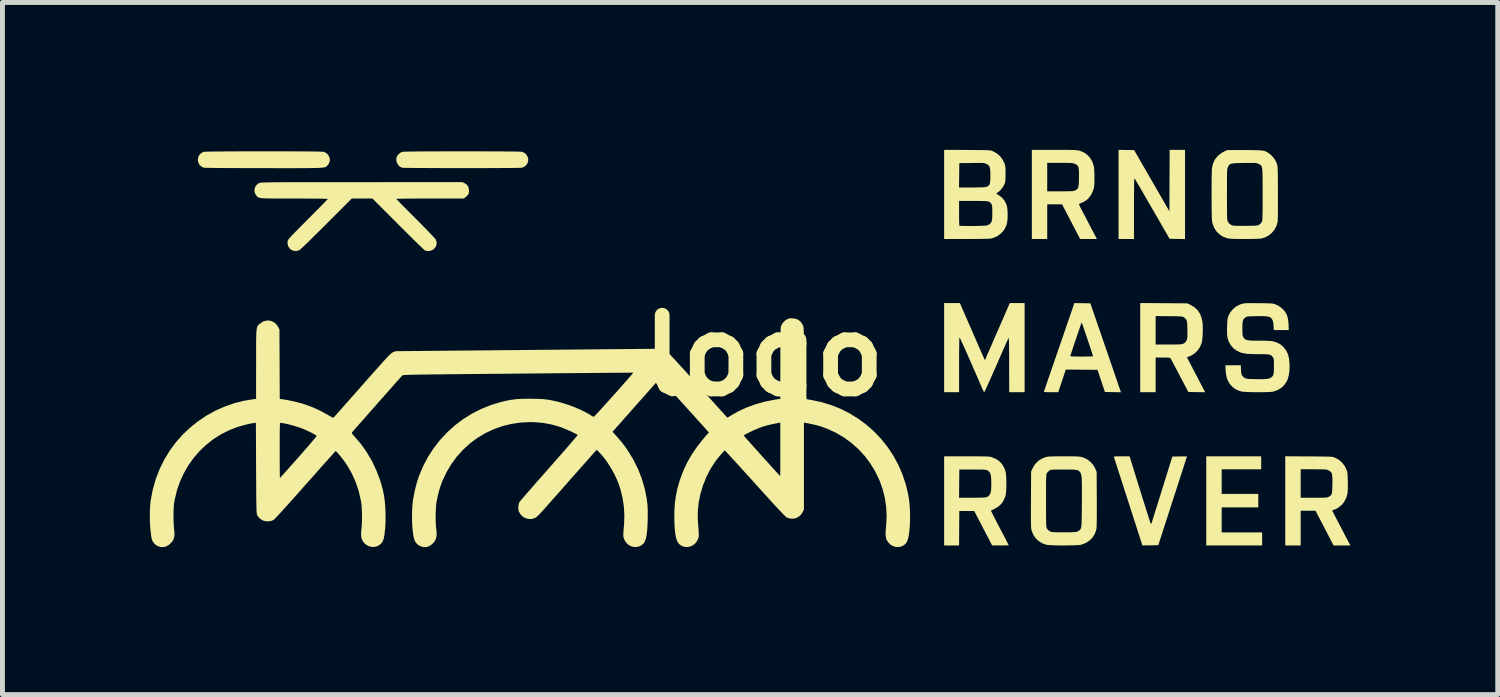
<source format=kicad_pcb>
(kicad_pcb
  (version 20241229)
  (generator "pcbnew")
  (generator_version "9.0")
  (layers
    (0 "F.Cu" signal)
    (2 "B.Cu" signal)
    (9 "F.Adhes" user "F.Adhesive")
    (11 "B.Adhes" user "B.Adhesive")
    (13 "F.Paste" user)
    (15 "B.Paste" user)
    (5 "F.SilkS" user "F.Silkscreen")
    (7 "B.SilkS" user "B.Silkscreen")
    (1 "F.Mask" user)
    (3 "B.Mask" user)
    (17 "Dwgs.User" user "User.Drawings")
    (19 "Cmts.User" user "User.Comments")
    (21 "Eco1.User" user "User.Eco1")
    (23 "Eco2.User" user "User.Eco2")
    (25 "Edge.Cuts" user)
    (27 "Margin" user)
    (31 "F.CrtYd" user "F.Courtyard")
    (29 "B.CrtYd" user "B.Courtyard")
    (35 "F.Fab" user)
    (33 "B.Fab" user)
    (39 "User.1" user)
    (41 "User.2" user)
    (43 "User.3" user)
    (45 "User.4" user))
  (footprint "logo"
    (layer "F.Cu")
    (at 12.499 4.188)
    (property "Reference" "logo" (at 0 0 0) (layer "F.SilkS") (effects (font (size 1.5 1.5) (thickness 0.3))))
    (attr board_only exclude_from_pos_files exclude_from_bom)
    (fp_poly (pts (xy 10.121 2.182) (xy 10.121 2.314) (xy 9.719 2.314) (xy 9.317 2.314) (xy 9.317 2.565) (xy 9.317 2.815) (xy 9.689 2.815) (xy 10.062 2.815) (xy 10.062 2.952) (xy 10.062 3.089) (xy 9.689 3.089) (xy 9.317 3.089) (xy 9.317 3.344) (xy 9.317 3.599) (xy 9.728 3.599) (xy 10.14 3.599) (xy 10.14 3.732) (xy 10.14 3.864) (xy 9.572 3.864) (xy 9.003 3.864) (xy 9.003 2.957) (xy 9.003 2.05) (xy 9.562 2.05) (xy 10.121 2.05)) (stroke (width 0) (type solid)) (fill yes) (layer "F.SilkS"))
    (fp_poly (pts (xy 7.376 -4.185) (xy 7.535 -4.183) (xy 7.894 -3.56) (xy 8.253 -2.937) (xy 8.255 -3.562) (xy 8.258 -4.188) (xy 8.414 -4.188) (xy 8.571 -4.188) (xy 8.571 -3.28) (xy 8.571 -2.373) (xy 8.413 -2.375) (xy 8.256 -2.378) (xy 7.909 -2.98) (xy 7.851 -3.08) (xy 7.796 -3.175) (xy 7.744 -3.265) (xy 7.697 -3.347) (xy 7.655 -3.42) (xy 7.618 -3.483) (xy 7.588 -3.534) (xy 7.566 -3.572) (xy 7.552 -3.595) (xy 7.548 -3.602) (xy 7.545 -3.605) (xy 7.542 -3.604) (xy 7.54 -3.596) (xy 7.538 -3.581) (xy 7.537 -3.558) (xy 7.535 -3.525) (xy 7.534 -3.481) (xy 7.534 -3.424) (xy 7.533 -3.354) (xy 7.533 -3.268) (xy 7.532 -3.166) (xy 7.532 -3.046) (xy 7.532 -2.998) (xy 7.532 -2.373) (xy 7.375 -2.373) (xy 7.218 -2.373) (xy 7.218 -3.281) (xy 7.218 -4.188)) (stroke (width 0) (type solid)) (fill yes) (layer "F.SilkS"))
    (fp_poly (pts (xy -5.905 -4.158) (xy -5.774 -4.158) (xy -5.647 -4.157) (xy -5.526 -4.157) (xy -5.411 -4.156) (xy -5.305 -4.156) (xy -5.21 -4.155) (xy -5.125 -4.154) (xy -5.054 -4.153) (xy -4.997 -4.152) (xy -4.956 -4.151) (xy -4.933 -4.149) (xy -4.929 -4.149) (xy -4.878 -4.129) (xy -4.838 -4.094) (xy -4.818 -4.064) (xy -4.799 -4.014) (xy -4.798 -3.962) (xy -4.813 -3.914) (xy -4.842 -3.872) (xy -4.885 -3.84) (xy -4.921 -3.825) (xy -4.936 -3.824) (xy -4.969 -3.822) (xy -5.018 -3.821) (xy -5.083 -3.82) (xy -5.161 -3.819) (xy -5.252 -3.818) (xy -5.353 -3.818) (xy -5.464 -3.817) (xy -5.582 -3.817) (xy -5.707 -3.816) (xy -5.837 -3.816) (xy -5.97 -3.816) (xy -6.105 -3.816) (xy -6.24 -3.816) (xy -6.375 -3.816) (xy -6.506 -3.816) (xy -6.634 -3.817) (xy -6.757 -3.817) (xy -6.872 -3.818) (xy -6.979 -3.818) (xy -7.076 -3.819) (xy -7.162 -3.82) (xy -7.235 -3.821) (xy -7.294 -3.822) (xy -7.337 -3.823) (xy -7.363 -3.825) (xy -7.37 -3.826) (xy -7.414 -3.849) (xy -7.449 -3.886) (xy -7.473 -3.931) (xy -7.484 -3.982) (xy -7.479 -4.032) (xy -7.468 -4.059) (xy -7.439 -4.098) (xy -7.399 -4.13) (xy -7.357 -4.148) (xy -7.343 -4.149) (xy -7.31 -4.151) (xy -7.26 -4.152) (xy -7.195 -4.153) (xy -7.117 -4.154) (xy -7.026 -4.155) (xy -6.925 -4.156) (xy -6.814 -4.156) (xy -6.696 -4.157) (xy -6.571 -4.157) (xy -6.441 -4.158) (xy -6.309 -4.158) (xy -6.174 -4.158) (xy -6.039 -4.158)) (stroke (width 0) (type solid)) (fill yes) (layer "F.SilkS"))
    (fp_poly (pts (xy -10.074 -4.158) (xy -9.94 -4.158) (xy -9.809 -4.158) (xy -9.681 -4.158) (xy -9.559 -4.157) (xy -9.445 -4.156) (xy -9.339 -4.156) (xy -9.243 -4.155) (xy -9.158 -4.154) (xy -9.087 -4.153) (xy -9.03 -4.151) (xy -8.989 -4.15) (xy -8.966 -4.149) (xy -8.961 -4.148) (xy -8.911 -4.125) (xy -8.873 -4.09) (xy -8.848 -4.047) (xy -8.836 -3.999) (xy -8.839 -3.949) (xy -8.858 -3.902) (xy -8.887 -3.867) (xy -8.895 -3.859) (xy -8.902 -3.852) (xy -8.909 -3.846) (xy -8.918 -3.841) (xy -8.929 -3.836) (xy -8.944 -3.832) (xy -8.963 -3.829) (xy -8.988 -3.826) (xy -9.019 -3.823) (xy -9.058 -3.821) (xy -9.106 -3.819) (xy -9.164 -3.818) (xy -9.232 -3.817) (xy -9.312 -3.816) (xy -9.405 -3.816) (xy -9.512 -3.815) (xy -9.633 -3.815) (xy -9.771 -3.815) (xy -9.926 -3.815) (xy -10.099 -3.816) (xy -10.182 -3.816) (xy -10.389 -3.816) (xy -10.577 -3.816) (xy -10.746 -3.817) (xy -10.896 -3.817) (xy -11.026 -3.818) (xy -11.137 -3.819) (xy -11.229 -3.82) (xy -11.302 -3.822) (xy -11.357 -3.823) (xy -11.392 -3.825) (xy -11.409 -3.826) (xy -11.41 -3.827) (xy -11.458 -3.853) (xy -11.495 -3.893) (xy -11.517 -3.943) (xy -11.523 -3.987) (xy -11.514 -4.042) (xy -11.488 -4.089) (xy -11.448 -4.126) (xy -11.398 -4.148) (xy -11.383 -4.149) (xy -11.349 -4.151) (xy -11.299 -4.152) (xy -11.234 -4.153) (xy -11.155 -4.154) (xy -11.064 -4.155) (xy -10.962 -4.156) (xy -10.851 -4.157) (xy -10.732 -4.157) (xy -10.607 -4.158) (xy -10.477 -4.158) (xy -10.344 -4.158) (xy -10.209 -4.158)) (stroke (width 0) (type solid)) (fill yes) (layer "F.SilkS"))
    (fp_poly (pts (xy 7.452 2.082) (xy 7.457 2.096) (xy 7.467 2.128) (xy 7.481 2.175) (xy 7.5 2.236) (xy 7.523 2.31) (xy 7.549 2.394) (xy 7.578 2.487) (xy 7.609 2.588) (xy 7.643 2.695) (xy 7.665 2.766) (xy 7.698 2.875) (xy 7.731 2.978) (xy 7.761 3.075) (xy 7.789 3.163) (xy 7.814 3.24) (xy 7.835 3.307) (xy 7.852 3.36) (xy 7.865 3.399) (xy 7.873 3.421) (xy 7.875 3.426) (xy 7.882 3.422) (xy 7.891 3.403) (xy 7.902 3.372) (xy 7.904 3.367) (xy 7.91 3.346) (xy 7.922 3.309) (xy 7.938 3.256) (xy 7.959 3.189) (xy 7.983 3.111) (xy 8.011 3.023) (xy 8.041 2.927) (xy 8.073 2.824) (xy 8.106 2.717) (xy 8.119 2.677) (xy 8.313 2.055) (xy 8.462 2.052) (xy 8.513 2.051) (xy 8.557 2.051) (xy 8.59 2.051) (xy 8.608 2.051) (xy 8.61 2.052) (xy 8.607 2.061) (xy 8.599 2.088) (xy 8.585 2.131) (xy 8.566 2.189) (xy 8.543 2.261) (xy 8.516 2.344) (xy 8.486 2.439) (xy 8.452 2.543) (xy 8.416 2.656) (xy 8.377 2.776) (xy 8.336 2.902) (xy 8.318 2.957) (xy 8.027 3.859) (xy 7.865 3.862) (xy 7.703 3.864) (xy 7.415 2.969) (xy 7.374 2.841) (xy 7.334 2.719) (xy 7.297 2.603) (xy 7.262 2.494) (xy 7.23 2.395) (xy 7.201 2.306) (xy 7.176 2.229) (xy 7.156 2.165) (xy 7.14 2.115) (xy 7.128 2.081) (xy 7.123 2.064) (xy 7.122 2.062) (xy 7.125 2.057) (xy 7.138 2.054) (xy 7.164 2.051) (xy 7.205 2.05) (xy 7.263 2.05) (xy 7.28 2.05) (xy 7.442 2.05)) (stroke (width 0) (type solid)) (fill yes) (layer "F.SilkS"))
    (fp_poly (pts (xy 4.227 -0.522) (xy 4.27 -0.424) (xy 4.311 -0.33) (xy 4.349 -0.242) (xy 4.384 -0.162) (xy 4.415 -0.092) (xy 4.441 -0.033) (xy 4.461 0.013) (xy 4.475 0.044) (xy 4.482 0.059) (xy 4.499 0.093) (xy 4.514 0.059) (xy 4.52 0.044) (xy 4.533 0.012) (xy 4.553 -0.033) (xy 4.579 -0.092) (xy 4.609 -0.162) (xy 4.644 -0.242) (xy 4.682 -0.33) (xy 4.723 -0.424) (xy 4.766 -0.522) (xy 5.004 -1.069) (xy 5.155 -1.069) (xy 5.306 -1.069) (xy 5.306 -0.162) (xy 5.306 0.745) (xy 5.149 0.745) (xy 4.992 0.745) (xy 4.991 0.184) (xy 4.991 0.049) (xy 4.99 -0.067) (xy 4.989 -0.163) (xy 4.988 -0.24) (xy 4.987 -0.298) (xy 4.985 -0.338) (xy 4.983 -0.359) (xy 4.981 -0.363) (xy 4.975 -0.351) (xy 4.962 -0.324) (xy 4.943 -0.281) (xy 4.918 -0.225) (xy 4.888 -0.158) (xy 4.854 -0.081) (xy 4.816 0.005) (xy 4.776 0.097) (xy 4.733 0.195) (xy 4.733 0.196) (xy 4.69 0.293) (xy 4.649 0.385) (xy 4.612 0.469) (xy 4.578 0.545) (xy 4.548 0.611) (xy 4.523 0.666) (xy 4.504 0.707) (xy 4.491 0.733) (xy 4.485 0.743) (xy 4.485 0.743) (xy 4.478 0.735) (xy 4.465 0.714) (xy 4.449 0.682) (xy 4.439 0.66) (xy 4.382 0.528) (xy 4.327 0.4) (xy 4.273 0.278) (xy 4.223 0.163) (xy 4.176 0.056) (xy 4.133 -0.042) (xy 4.094 -0.129) (xy 4.06 -0.205) (xy 4.031 -0.268) (xy 4.008 -0.318) (xy 3.992 -0.352) (xy 3.982 -0.37) (xy 3.98 -0.373) (xy 3.979 -0.363) (xy 3.977 -0.336) (xy 3.976 -0.292) (xy 3.975 -0.233) (xy 3.974 -0.161) (xy 3.973 -0.078) (xy 3.972 0.015) (xy 3.972 0.116) (xy 3.972 0.186) (xy 3.972 0.745) (xy 3.82 0.745) (xy 3.668 0.745) (xy 3.668 -0.162) (xy 3.668 -1.069) (xy 3.828 -1.069) (xy 3.989 -1.069)) (stroke (width 0) (type solid)) (fill yes) (layer "F.SilkS"))
    (fp_poly (pts (xy 11.089 2.052) (xy 11.199 2.052) (xy 11.29 2.053) (xy 11.366 2.054) (xy 11.427 2.055) (xy 11.476 2.056) (xy 11.514 2.057) (xy 11.544 2.059) (xy 11.566 2.061) (xy 11.584 2.064) (xy 11.598 2.068) (xy 11.61 2.072) (xy 11.619 2.076) (xy 11.7 2.119) (xy 11.767 2.177) (xy 11.822 2.249) (xy 11.858 2.323) (xy 11.866 2.345) (xy 11.872 2.368) (xy 11.876 2.396) (xy 11.879 2.431) (xy 11.881 2.478) (xy 11.883 2.54) (xy 11.884 2.565) (xy 11.885 2.64) (xy 11.884 2.706) (xy 11.882 2.761) (xy 11.879 2.8) (xy 11.877 2.809) (xy 11.852 2.897) (xy 11.811 2.975) (xy 11.757 3.042) (xy 11.69 3.095) (xy 11.633 3.125) (xy 11.564 3.154) (xy 11.667 3.349) (xy 11.703 3.419) (xy 11.744 3.496) (xy 11.784 3.573) (xy 11.821 3.645) (xy 11.853 3.705) (xy 11.936 3.864) (xy 11.765 3.864) (xy 11.594 3.864) (xy 11.411 3.511) (xy 11.227 3.158) (xy 11.076 3.158) (xy 10.925 3.158) (xy 10.925 3.511) (xy 10.925 3.864) (xy 10.768 3.864) (xy 10.611 3.864) (xy 10.611 2.956) (xy 10.611 2.604) (xy 10.925 2.604) (xy 10.925 2.893) (xy 11.192 2.893) (xy 11.273 2.893) (xy 11.336 2.893) (xy 11.385 2.892) (xy 11.421 2.89) (xy 11.448 2.888) (xy 11.467 2.885) (xy 11.481 2.881) (xy 11.493 2.875) (xy 11.494 2.875) (xy 11.517 2.861) (xy 11.535 2.847) (xy 11.549 2.83) (xy 11.558 2.807) (xy 11.564 2.775) (xy 11.567 2.731) (xy 11.569 2.672) (xy 11.57 2.615) (xy 11.571 2.54) (xy 11.57 2.482) (xy 11.566 2.438) (xy 11.56 2.405) (xy 11.549 2.381) (xy 11.534 2.363) (xy 11.514 2.348) (xy 11.493 2.337) (xy 11.48 2.33) (xy 11.466 2.325) (xy 11.45 2.321) (xy 11.428 2.318) (xy 11.398 2.316) (xy 11.359 2.315) (xy 11.306 2.315) (xy 11.238 2.314) (xy 11.188 2.314) (xy 10.925 2.314) (xy 10.925 2.604) (xy 10.611 2.604) (xy 10.611 2.049)) (stroke (width 0) (type solid)) (fill yes) (layer "F.SilkS"))
    (fp_poly (pts (xy 6.481 -1.067) (xy 6.644 -1.064) (xy 6.867 -0.417) (xy 6.907 -0.3) (xy 6.947 -0.182) (xy 6.988 -0.066) (xy 7.026 0.047) (xy 7.063 0.154) (xy 7.097 0.253) (xy 7.128 0.341) (xy 7.153 0.416) (xy 7.174 0.475) (xy 7.178 0.488) (xy 7.266 0.746) (xy 7.103 0.743) (xy 6.94 0.74) (xy 6.865 0.515) (xy 6.79 0.289) (xy 6.467 0.287) (xy 6.144 0.284) (xy 6.067 0.515) (xy 5.991 0.745) (xy 5.844 0.745) (xy 5.793 0.745) (xy 5.75 0.744) (xy 5.718 0.742) (xy 5.7 0.74) (xy 5.698 0.739) (xy 5.701 0.73) (xy 5.71 0.702) (xy 5.725 0.659) (xy 5.744 0.602) (xy 5.768 0.531) (xy 5.796 0.449) (xy 5.828 0.356) (xy 5.863 0.254) (xy 5.901 0.144) (xy 5.941 0.028) (xy 5.948 0.006) (xy 6.237 0.006) (xy 6.241 0.011) (xy 6.252 0.014) (xy 6.273 0.016) (xy 6.307 0.018) (xy 6.355 0.019) (xy 6.419 0.02) (xy 6.468 0.02) (xy 6.533 0.019) (xy 6.59 0.018) (xy 6.638 0.017) (xy 6.674 0.016) (xy 6.694 0.014) (xy 6.698 0.012) (xy 6.695 0.001) (xy 6.687 -0.026) (xy 6.674 -0.067) (xy 6.657 -0.118) (xy 6.638 -0.177) (xy 6.616 -0.242) (xy 6.593 -0.31) (xy 6.57 -0.379) (xy 6.547 -0.446) (xy 6.526 -0.509) (xy 6.506 -0.565) (xy 6.49 -0.613) (xy 6.477 -0.648) (xy 6.47 -0.669) (xy 6.467 -0.674) (xy 6.463 -0.664) (xy 6.453 -0.638) (xy 6.439 -0.598) (xy 6.421 -0.547) (xy 6.401 -0.488) (xy 6.379 -0.423) (xy 6.356 -0.354) (xy 6.332 -0.285) (xy 6.31 -0.218) (xy 6.289 -0.155) (xy 6.27 -0.099) (xy 6.255 -0.052) (xy 6.244 -0.018) (xy 6.238 0.003) (xy 6.237 0.006) (xy 5.948 0.006) (xy 5.974 -0.067) (xy 6.016 -0.19) (xy 6.057 -0.31) (xy 6.097 -0.424) (xy 6.134 -0.532) (xy 6.168 -0.632) (xy 6.199 -0.722) (xy 6.226 -0.801) (xy 6.249 -0.867) (xy 6.267 -0.919) (xy 6.279 -0.955) (xy 6.284 -0.969) (xy 6.318 -1.069)) (stroke (width 0) (type solid)) (fill yes) (layer "F.SilkS"))
    (fp_poly (pts (xy 8.137 -1.067) (xy 8.615 -1.064) (xy 8.682 -1.033) (xy 8.761 -0.985) (xy 8.825 -0.926) (xy 8.874 -0.854) (xy 8.908 -0.769) (xy 8.926 -0.68) (xy 8.931 -0.617) (xy 8.933 -0.546) (xy 8.932 -0.471) (xy 8.928 -0.397) (xy 8.922 -0.329) (xy 8.913 -0.273) (xy 8.905 -0.244) (xy 8.874 -0.172) (xy 8.828 -0.105) (xy 8.771 -0.049) (xy 8.707 -0.006) (xy 8.66 0.015) (xy 8.632 0.024) (xy 8.614 0.032) (xy 8.611 0.034) (xy 8.615 0.043) (xy 8.627 0.068) (xy 8.647 0.106) (xy 8.673 0.156) (xy 8.704 0.216) (xy 8.74 0.284) (xy 8.779 0.359) (xy 8.796 0.391) (xy 8.981 0.746) (xy 8.809 0.743) (xy 8.638 0.74) (xy 8.46 0.402) (xy 8.42 0.326) (xy 8.383 0.256) (xy 8.35 0.193) (xy 8.322 0.139) (xy 8.299 0.097) (xy 8.283 0.067) (xy 8.275 0.052) (xy 8.274 0.051) (xy 8.263 0.046) (xy 8.237 0.042) (xy 8.194 0.04) (xy 8.133 0.039) (xy 8.12 0.039) (xy 7.973 0.039) (xy 7.973 0.392) (xy 7.973 0.745) (xy 7.816 0.745) (xy 7.659 0.745) (xy 7.659 -0.162) (xy 7.659 -0.515) (xy 7.973 -0.515) (xy 7.973 -0.226) (xy 8.235 -0.226) (xy 8.315 -0.226) (xy 8.378 -0.226) (xy 8.426 -0.227) (xy 8.462 -0.229) (xy 8.489 -0.231) (xy 8.509 -0.235) (xy 8.525 -0.239) (xy 8.539 -0.245) (xy 8.54 -0.245) (xy 8.57 -0.263) (xy 8.591 -0.288) (xy 8.602 -0.309) (xy 8.609 -0.327) (xy 8.614 -0.346) (xy 8.618 -0.368) (xy 8.619 -0.398) (xy 8.62 -0.439) (xy 8.619 -0.494) (xy 8.619 -0.53) (xy 8.617 -0.597) (xy 8.615 -0.649) (xy 8.611 -0.687) (xy 8.604 -0.715) (xy 8.594 -0.736) (xy 8.579 -0.754) (xy 8.559 -0.771) (xy 8.548 -0.779) (xy 8.539 -0.785) (xy 8.528 -0.79) (xy 8.514 -0.793) (xy 8.493 -0.796) (xy 8.463 -0.798) (xy 8.423 -0.8) (xy 8.369 -0.801) (xy 8.299 -0.802) (xy 8.247 -0.802) (xy 7.973 -0.805) (xy 7.973 -0.515) (xy 7.659 -0.515) (xy 7.659 -1.07)) (stroke (width 0) (type solid)) (fill yes) (layer "F.SilkS"))
    (fp_poly (pts (xy 4.231 2.05) (xy 4.323 2.05) (xy 4.398 2.051) (xy 4.459 2.051) (xy 4.508 2.053) (xy 4.547 2.054) (xy 4.576 2.056) (xy 4.599 2.059) (xy 4.617 2.062) (xy 4.63 2.065) (xy 4.716 2.1) (xy 4.788 2.147) (xy 4.846 2.207) (xy 4.89 2.282) (xy 4.914 2.345) (xy 4.923 2.384) (xy 4.929 2.437) (xy 4.933 2.502) (xy 4.935 2.572) (xy 4.934 2.645) (xy 4.932 2.715) (xy 4.928 2.778) (xy 4.922 2.83) (xy 4.914 2.862) (xy 4.879 2.947) (xy 4.831 3.018) (xy 4.768 3.076) (xy 4.69 3.121) (xy 4.689 3.121) (xy 4.657 3.136) (xy 4.633 3.148) (xy 4.621 3.154) (xy 4.62 3.154) (xy 4.624 3.163) (xy 4.636 3.188) (xy 4.655 3.226) (xy 4.68 3.276) (xy 4.711 3.336) (xy 4.746 3.404) (xy 4.785 3.478) (xy 4.799 3.506) (xy 4.839 3.582) (xy 4.876 3.652) (xy 4.909 3.716) (xy 4.937 3.77) (xy 4.959 3.813) (xy 4.974 3.843) (xy 4.981 3.858) (xy 4.982 3.859) (xy 4.973 3.861) (xy 4.947 3.862) (xy 4.908 3.863) (xy 4.859 3.864) (xy 4.813 3.864) (xy 4.644 3.863) (xy 4.462 3.513) (xy 4.28 3.163) (xy 4.128 3.163) (xy 3.977 3.163) (xy 3.974 3.513) (xy 3.972 3.864) (xy 3.82 3.864) (xy 3.668 3.864) (xy 3.668 2.957) (xy 3.668 2.893) (xy 3.972 2.893) (xy 4.236 2.893) (xy 4.321 2.893) (xy 4.394 2.891) (xy 4.453 2.89) (xy 4.496 2.887) (xy 4.523 2.884) (xy 4.528 2.883) (xy 4.561 2.866) (xy 4.586 2.844) (xy 4.605 2.813) (xy 4.618 2.771) (xy 4.625 2.717) (xy 4.628 2.647) (xy 4.627 2.574) (xy 4.625 2.507) (xy 4.621 2.456) (xy 4.614 2.418) (xy 4.603 2.389) (xy 4.587 2.366) (xy 4.565 2.346) (xy 4.557 2.34) (xy 4.548 2.334) (xy 4.538 2.329) (xy 4.524 2.326) (xy 4.505 2.323) (xy 4.477 2.321) (xy 4.439 2.32) (xy 4.387 2.32) (xy 4.32 2.319) (xy 4.253 2.319) (xy 3.977 2.319) (xy 3.974 2.606) (xy 3.972 2.893) (xy 3.668 2.893) (xy 3.668 2.05) (xy 4.122 2.05)) (stroke (width 0) (type solid)) (fill yes) (layer "F.SilkS"))
    (fp_poly (pts (xy 6.017 -4.187) (xy 6.11 -4.187) (xy 6.186 -4.187) (xy 6.248 -4.186) (xy 6.299 -4.184) (xy 6.338 -4.183) (xy 6.369 -4.18) (xy 6.393 -4.178) (xy 6.411 -4.174) (xy 6.419 -4.172) (xy 6.502 -4.141) (xy 6.573 -4.094) (xy 6.633 -4.033) (xy 6.679 -3.959) (xy 6.71 -3.872) (xy 6.713 -3.862) (xy 6.718 -3.826) (xy 6.723 -3.775) (xy 6.726 -3.714) (xy 6.727 -3.648) (xy 6.727 -3.581) (xy 6.726 -3.518) (xy 6.723 -3.464) (xy 6.718 -3.424) (xy 6.718 -3.422) (xy 6.695 -3.346) (xy 6.659 -3.273) (xy 6.613 -3.21) (xy 6.6 -3.197) (xy 6.571 -3.169) (xy 6.538 -3.147) (xy 6.498 -3.125) (xy 6.446 -3.101) (xy 6.426 -3.093) (xy 6.42 -3.09) (xy 6.416 -3.084) (xy 6.416 -3.075) (xy 6.422 -3.059) (xy 6.432 -3.035) (xy 6.449 -3) (xy 6.474 -2.952) (xy 6.507 -2.89) (xy 6.51 -2.883) (xy 6.547 -2.813) (xy 6.586 -2.738) (xy 6.626 -2.662) (xy 6.663 -2.591) (xy 6.694 -2.532) (xy 6.697 -2.528) (xy 6.778 -2.373) (xy 6.607 -2.373) (xy 6.436 -2.373) (xy 6.252 -2.726) (xy 6.068 -3.079) (xy 5.917 -3.079) (xy 5.766 -3.079) (xy 5.766 -2.726) (xy 5.766 -2.373) (xy 5.61 -2.373) (xy 5.453 -2.373) (xy 5.453 -3.28) (xy 5.453 -3.633) (xy 5.766 -3.633) (xy 5.766 -3.344) (xy 6.034 -3.344) (xy 6.114 -3.344) (xy 6.178 -3.345) (xy 6.226 -3.346) (xy 6.263 -3.347) (xy 6.289 -3.349) (xy 6.308 -3.352) (xy 6.323 -3.357) (xy 6.334 -3.362) (xy 6.335 -3.362) (xy 6.359 -3.376) (xy 6.377 -3.39) (xy 6.39 -3.407) (xy 6.399 -3.43) (xy 6.405 -3.463) (xy 6.409 -3.506) (xy 6.411 -3.565) (xy 6.412 -3.622) (xy 6.412 -3.697) (xy 6.411 -3.755) (xy 6.408 -3.8) (xy 6.401 -3.832) (xy 6.391 -3.857) (xy 6.376 -3.875) (xy 6.355 -3.89) (xy 6.335 -3.901) (xy 6.321 -3.907) (xy 6.308 -3.912) (xy 6.291 -3.916) (xy 6.269 -3.919) (xy 6.24 -3.921) (xy 6.2 -3.922) (xy 6.147 -3.923) (xy 6.079 -3.923) (xy 6.029 -3.923) (xy 5.766 -3.923) (xy 5.766 -3.633) (xy 5.453 -3.633) (xy 5.453 -4.188) (xy 5.907 -4.188)) (stroke (width 0) (type solid)) (fill yes) (layer "F.SilkS"))
    (fp_poly (pts (xy 4.136 -4.186) (xy 4.244 -4.185) (xy 4.335 -4.184) (xy 4.409 -4.183) (xy 4.469 -4.183) (xy 4.517 -4.181) (xy 4.555 -4.18) (xy 4.583 -4.178) (xy 4.605 -4.176) (xy 4.622 -4.173) (xy 4.636 -4.169) (xy 4.649 -4.164) (xy 4.656 -4.161) (xy 4.737 -4.118) (xy 4.805 -4.061) (xy 4.859 -3.988) (xy 4.896 -3.914) (xy 4.904 -3.891) (xy 4.91 -3.868) (xy 4.914 -3.841) (xy 4.916 -3.806) (xy 4.917 -3.759) (xy 4.918 -3.702) (xy 4.917 -3.641) (xy 4.916 -3.596) (xy 4.914 -3.562) (xy 4.91 -3.536) (xy 4.904 -3.513) (xy 4.896 -3.49) (xy 4.861 -3.426) (xy 4.813 -3.366) (xy 4.765 -3.325) (xy 4.727 -3.298) (xy 4.786 -3.261) (xy 4.851 -3.21) (xy 4.903 -3.145) (xy 4.934 -3.081) (xy 4.944 -3.051) (xy 4.951 -3.017) (xy 4.956 -2.976) (xy 4.959 -2.921) (xy 4.96 -2.898) (xy 4.96 -2.799) (xy 4.951 -2.716) (xy 4.932 -2.645) (xy 4.903 -2.582) (xy 4.863 -2.527) (xy 4.828 -2.49) (xy 4.757 -2.436) (xy 4.676 -2.398) (xy 4.619 -2.383) (xy 4.598 -2.381) (xy 4.558 -2.379) (xy 4.503 -2.377) (xy 4.434 -2.376) (xy 4.353 -2.375) (xy 4.261 -2.374) (xy 4.162 -2.373) (xy 4.118 -2.373) (xy 3.668 -2.373) (xy 3.668 -2.9) (xy 3.972 -2.9) (xy 3.972 -2.832) (xy 3.973 -2.77) (xy 3.974 -2.718) (xy 3.975 -2.678) (xy 3.977 -2.653) (xy 3.978 -2.645) (xy 3.99 -2.642) (xy 4.019 -2.64) (xy 4.061 -2.639) (xy 4.113 -2.639) (xy 4.172 -2.638) (xy 4.235 -2.638) (xy 4.3 -2.639) (xy 4.362 -2.64) (xy 4.419 -2.642) (xy 4.468 -2.644) (xy 4.506 -2.646) (xy 4.529 -2.648) (xy 4.531 -2.649) (xy 4.564 -2.66) (xy 4.592 -2.675) (xy 4.598 -2.68) (xy 4.616 -2.699) (xy 4.629 -2.719) (xy 4.639 -2.742) (xy 4.644 -2.773) (xy 4.647 -2.815) (xy 4.648 -2.872) (xy 4.648 -2.906) (xy 4.648 -2.964) (xy 4.647 -3.006) (xy 4.646 -3.036) (xy 4.642 -3.057) (xy 4.637 -3.072) (xy 4.629 -3.086) (xy 4.626 -3.09) (xy 4.615 -3.106) (xy 4.604 -3.118) (xy 4.59 -3.128) (xy 4.572 -3.135) (xy 4.547 -3.141) (xy 4.514 -3.144) (xy 4.469 -3.146) (xy 4.41 -3.147) (xy 4.336 -3.148) (xy 4.264 -3.148) (xy 3.972 -3.148) (xy 3.972 -2.9) (xy 3.668 -2.9) (xy 3.668 -3.281) (xy 3.668 -3.423) (xy 3.971 -3.423) (xy 4.237 -3.423) (xy 4.321 -3.423) (xy 4.389 -3.424) (xy 4.44 -3.425) (xy 4.479 -3.427) (xy 4.507 -3.43) (xy 4.527 -3.434) (xy 4.536 -3.437) (xy 4.561 -3.45) (xy 4.581 -3.467) (xy 4.594 -3.491) (xy 4.602 -3.524) (xy 4.607 -3.57) (xy 4.609 -3.631) (xy 4.609 -3.663) (xy 4.608 -3.732) (xy 4.605 -3.784) (xy 4.599 -3.823) (xy 4.588 -3.851) (xy 4.572 -3.873) (xy 4.55 -3.89) (xy 4.53 -3.901) (xy 4.516 -3.908) (xy 4.503 -3.913) (xy 4.487 -3.917) (xy 4.466 -3.919) (xy 4.437 -3.921) (xy 4.398 -3.921) (xy 4.346 -3.921) (xy 4.279 -3.921) (xy 4.232 -3.92) (xy 3.977 -3.918) (xy 3.974 -3.67) (xy 3.971 -3.423) (xy 3.668 -3.423) (xy 3.668 -4.188)) (stroke (width 0) (type solid)) (fill yes) (layer "F.SilkS"))
    (fp_poly (pts (xy -6.093 -3.51) (xy -6.05 -3.482) (xy -6.021 -3.444) (xy -6.007 -3.395) (xy -6.004 -3.369) (xy -6.003 -3.332) (xy -6.007 -3.306) (xy -6.018 -3.283) (xy -6.023 -3.276) (xy -6.047 -3.247) (xy -6.076 -3.222) (xy -6.08 -3.219) (xy -6.113 -3.197) (xy -6.798 -3.197) (xy -6.912 -3.197) (xy -7.02 -3.197) (xy -7.12 -3.196) (xy -7.212 -3.196) (xy -7.292 -3.195) (xy -7.361 -3.194) (xy -7.416 -3.193) (xy -7.455 -3.192) (xy -7.478 -3.191) (xy -7.483 -3.19) (xy -7.476 -3.182) (xy -7.457 -3.161) (xy -7.426 -3.129) (xy -7.385 -3.087) (xy -7.335 -3.036) (xy -7.277 -2.978) (xy -7.213 -2.913) (xy -7.143 -2.844) (xy -7.09 -2.79) (xy -7.016 -2.717) (xy -6.947 -2.646) (xy -6.883 -2.581) (xy -6.825 -2.521) (xy -6.774 -2.468) (xy -6.733 -2.425) (xy -6.702 -2.391) (xy -6.683 -2.369) (xy -6.678 -2.361) (xy -6.662 -2.312) (xy -6.663 -2.262) (xy -6.68 -2.216) (xy -6.71 -2.177) (xy -6.75 -2.147) (xy -6.8 -2.131) (xy -6.829 -2.128) (xy -6.863 -2.131) (xy -6.894 -2.139) (xy -6.902 -2.142) (xy -6.913 -2.151) (xy -6.937 -2.173) (xy -6.972 -2.207) (xy -7.018 -2.251) (xy -7.073 -2.304) (xy -7.136 -2.366) (xy -7.206 -2.436) (xy -7.282 -2.511) (xy -7.363 -2.591) (xy -7.447 -2.675) (xy -7.448 -2.677) (xy -7.968 -3.197) (xy -8.179 -3.197) (xy -8.39 -3.197) (xy -8.91 -2.676) (xy -8.998 -2.588) (xy -9.083 -2.504) (xy -9.161 -2.427) (xy -9.233 -2.356) (xy -9.296 -2.294) (xy -9.351 -2.241) (xy -9.396 -2.199) (xy -9.43 -2.167) (xy -9.453 -2.148) (xy -9.461 -2.142) (xy -9.508 -2.13) (xy -9.56 -2.131) (xy -9.606 -2.144) (xy -9.611 -2.146) (xy -9.653 -2.179) (xy -9.682 -2.224) (xy -9.697 -2.277) (xy -9.695 -2.332) (xy -9.692 -2.341) (xy -9.686 -2.352) (xy -9.676 -2.367) (xy -9.661 -2.386) (xy -9.639 -2.41) (xy -9.61 -2.442) (xy -9.573 -2.481) (xy -9.527 -2.528) (xy -9.47 -2.586) (xy -9.402 -2.655) (xy -9.321 -2.736) (xy -9.282 -2.776) (xy -9.208 -2.849) (xy -9.139 -2.919) (xy -9.075 -2.984) (xy -9.018 -3.042) (xy -8.968 -3.092) (xy -8.928 -3.133) (xy -8.899 -3.164) (xy -8.881 -3.183) (xy -8.875 -3.19) (xy -8.885 -3.191) (xy -8.912 -3.192) (xy -8.956 -3.193) (xy -9.015 -3.194) (xy -9.088 -3.195) (xy -9.172 -3.196) (xy -9.266 -3.196) (xy -9.369 -3.197) (xy -9.479 -3.197) (xy -9.562 -3.197) (xy -9.698 -3.197) (xy -9.816 -3.197) (xy -9.916 -3.197) (xy -10.002 -3.198) (xy -10.073 -3.198) (xy -10.132 -3.2) (xy -10.179 -3.202) (xy -10.217 -3.204) (xy -10.246 -3.207) (xy -10.269 -3.212) (xy -10.285 -3.217) (xy -10.298 -3.223) (xy -10.308 -3.231) (xy -10.316 -3.239) (xy -10.325 -3.25) (xy -10.33 -3.256) (xy -10.359 -3.304) (xy -10.371 -3.355) (xy -10.365 -3.405) (xy -10.345 -3.452) (xy -10.309 -3.491) (xy -10.274 -3.512) (xy -10.268 -3.514) (xy -10.262 -3.516) (xy -10.254 -3.518) (xy -10.243 -3.519) (xy -10.228 -3.521) (xy -10.209 -3.522) (xy -10.185 -3.523) (xy -10.154 -3.524) (xy -10.117 -3.525) (xy -10.073 -3.526) (xy -10.02 -3.527) (xy -9.957 -3.528) (xy -9.885 -3.528) (xy -9.802 -3.529) (xy -9.708 -3.529) (xy -9.601 -3.529) (xy -9.481 -3.53) (xy -9.347 -3.53) (xy -9.198 -3.53) (xy -9.034 -3.53) (xy -8.853 -3.53) (xy -8.656 -3.53) (xy -8.44 -3.53) (xy -8.205 -3.53) (xy -8.185 -3.53) (xy -6.136 -3.531)) (stroke (width 0) (type solid)) (fill yes) (layer "F.SilkS"))
    (fp_poly (pts (xy 6.193 2.05) (xy 6.265 2.05) (xy 6.321 2.051) (xy 6.366 2.052) (xy 6.4 2.054) (xy 6.427 2.057) (xy 6.449 2.06) (xy 6.469 2.065) (xy 6.485 2.069) (xy 6.566 2.104) (xy 6.638 2.155) (xy 6.697 2.219) (xy 6.742 2.295) (xy 6.749 2.311) (xy 6.772 2.368) (xy 6.775 2.927) (xy 6.775 3.064) (xy 6.775 3.185) (xy 6.775 3.289) (xy 6.774 3.376) (xy 6.772 3.444) (xy 6.771 3.494) (xy 6.768 3.525) (xy 6.767 3.533) (xy 6.739 3.618) (xy 6.695 3.693) (xy 6.637 3.756) (xy 6.565 3.806) (xy 6.48 3.842) (xy 6.456 3.849) (xy 6.429 3.854) (xy 6.385 3.857) (xy 6.328 3.86) (xy 6.261 3.862) (xy 6.188 3.863) (xy 6.111 3.864) (xy 6.033 3.864) (xy 5.959 3.863) (xy 5.891 3.861) (xy 5.832 3.858) (xy 5.785 3.855) (xy 5.754 3.851) (xy 5.751 3.85) (xy 5.665 3.82) (xy 5.59 3.774) (xy 5.528 3.715) (xy 5.481 3.642) (xy 5.452 3.569) (xy 5.448 3.555) (xy 5.444 3.54) (xy 5.441 3.524) (xy 5.439 3.504) (xy 5.437 3.478) (xy 5.436 3.445) (xy 5.435 3.404) (xy 5.434 3.353) (xy 5.434 3.29) (xy 5.434 3.213) (xy 5.434 3.12) (xy 5.435 3.011) (xy 5.435 2.95) (xy 5.742 2.95) (xy 5.742 3.067) (xy 5.742 3.166) (xy 5.742 3.248) (xy 5.743 3.316) (xy 5.744 3.371) (xy 5.745 3.414) (xy 5.746 3.447) (xy 5.748 3.472) (xy 5.75 3.49) (xy 5.753 3.503) (xy 5.756 3.512) (xy 5.759 3.518) (xy 5.792 3.558) (xy 5.838 3.584) (xy 5.857 3.59) (xy 5.876 3.592) (xy 5.911 3.594) (xy 5.959 3.595) (xy 6.018 3.596) (xy 6.083 3.596) (xy 6.124 3.596) (xy 6.199 3.595) (xy 6.256 3.595) (xy 6.299 3.593) (xy 6.33 3.592) (xy 6.353 3.589) (xy 6.369 3.585) (xy 6.382 3.58) (xy 6.394 3.573) (xy 6.397 3.571) (xy 6.412 3.562) (xy 6.425 3.552) (xy 6.436 3.542) (xy 6.445 3.529) (xy 6.452 3.511) (xy 6.458 3.488) (xy 6.462 3.456) (xy 6.465 3.415) (xy 6.467 3.362) (xy 6.468 3.297) (xy 6.469 3.216) (xy 6.47 3.12) (xy 6.471 3.011) (xy 6.472 2.889) (xy 6.472 2.785) (xy 6.472 2.697) (xy 6.471 2.624) (xy 6.47 2.564) (xy 6.469 2.516) (xy 6.466 2.478) (xy 6.463 2.448) (xy 6.458 2.425) (xy 6.453 2.408) (xy 6.447 2.393) (xy 6.44 2.381) (xy 6.44 2.381) (xy 6.427 2.364) (xy 6.414 2.35) (xy 6.399 2.339) (xy 6.378 2.331) (xy 6.35 2.326) (xy 6.313 2.322) (xy 6.263 2.32) (xy 6.199 2.32) (xy 6.118 2.319) (xy 6.098 2.319) (xy 6.019 2.319) (xy 5.958 2.32) (xy 5.911 2.32) (xy 5.877 2.322) (xy 5.852 2.324) (xy 5.835 2.327) (xy 5.823 2.331) (xy 5.814 2.336) (xy 5.809 2.34) (xy 5.783 2.363) (xy 5.762 2.387) (xy 5.758 2.393) (xy 5.754 2.4) (xy 5.751 2.41) (xy 5.749 2.425) (xy 5.747 2.444) (xy 5.745 2.472) (xy 5.744 2.508) (xy 5.743 2.555) (xy 5.742 2.615) (xy 5.742 2.688) (xy 5.742 2.777) (xy 5.742 2.883) (xy 5.742 2.95) (xy 5.435 2.95) (xy 5.435 2.932) (xy 5.438 2.359) (xy 5.469 2.293) (xy 5.515 2.214) (xy 5.574 2.151) (xy 5.644 2.103) (xy 5.728 2.068) (xy 5.747 2.063) (xy 5.767 2.059) (xy 5.79 2.056) (xy 5.82 2.053) (xy 5.858 2.052) (xy 5.907 2.051) (xy 5.97 2.05) (xy 6.048 2.05) (xy 6.105 2.05)) (stroke (width 0) (type solid)) (fill yes) (layer "F.SilkS"))
    (fp_poly (pts (xy 9.883 -4.183) (xy 9.966 -4.182) (xy 10.033 -4.181) (xy 10.088 -4.179) (xy 10.132 -4.175) (xy 10.168 -4.169) (xy 10.197 -4.162) (xy 10.223 -4.152) (xy 10.246 -4.139) (xy 10.27 -4.123) (xy 10.295 -4.105) (xy 10.355 -4.05) (xy 10.404 -3.983) (xy 10.437 -3.914) (xy 10.442 -3.902) (xy 10.446 -3.89) (xy 10.449 -3.876) (xy 10.452 -3.859) (xy 10.454 -3.838) (xy 10.456 -3.809) (xy 10.457 -3.773) (xy 10.459 -3.727) (xy 10.46 -3.668) (xy 10.46 -3.597) (xy 10.461 -3.511) (xy 10.461 -3.408) (xy 10.462 -3.317) (xy 10.462 -3.186) (xy 10.462 -3.07) (xy 10.462 -2.968) (xy 10.461 -2.882) (xy 10.46 -2.813) (xy 10.458 -2.762) (xy 10.456 -2.729) (xy 10.455 -2.719) (xy 10.43 -2.635) (xy 10.388 -2.559) (xy 10.333 -2.493) (xy 10.266 -2.44) (xy 10.189 -2.402) (xy 10.122 -2.383) (xy 10.099 -2.381) (xy 10.059 -2.378) (xy 10.005 -2.377) (xy 9.941 -2.375) (xy 9.87 -2.374) (xy 9.794 -2.374) (xy 9.779 -2.374) (xy 9.691 -2.374) (xy 9.62 -2.375) (xy 9.564 -2.376) (xy 9.52 -2.378) (xy 9.485 -2.381) (xy 9.457 -2.384) (xy 9.434 -2.389) (xy 9.424 -2.391) (xy 9.342 -2.422) (xy 9.27 -2.469) (xy 9.21 -2.53) (xy 9.163 -2.604) (xy 9.131 -2.688) (xy 9.121 -2.736) (xy 9.119 -2.761) (xy 9.117 -2.803) (xy 9.115 -2.859) (xy 9.114 -2.928) (xy 9.113 -3.007) (xy 9.112 -3.093) (xy 9.111 -3.184) (xy 9.111 -3.278) (xy 9.111 -3.284) (xy 9.424 -3.284) (xy 9.424 -3.28) (xy 9.425 -3.165) (xy 9.425 -3.068) (xy 9.425 -2.987) (xy 9.426 -2.921) (xy 9.426 -2.868) (xy 9.428 -2.826) (xy 9.429 -2.794) (xy 9.431 -2.77) (xy 9.433 -2.753) (xy 9.436 -2.74) (xy 9.44 -2.731) (xy 9.442 -2.727) (xy 9.474 -2.684) (xy 9.519 -2.655) (xy 9.543 -2.648) (xy 9.562 -2.645) (xy 9.598 -2.643) (xy 9.647 -2.642) (xy 9.705 -2.641) (xy 9.77 -2.641) (xy 9.807 -2.641) (xy 9.882 -2.642) (xy 9.94 -2.643) (xy 9.983 -2.644) (xy 10.015 -2.647) (xy 10.039 -2.65) (xy 10.057 -2.654) (xy 10.071 -2.66) (xy 10.075 -2.661) (xy 10.112 -2.69) (xy 10.131 -2.717) (xy 10.135 -2.726) (xy 10.139 -2.737) (xy 10.142 -2.75) (xy 10.144 -2.767) (xy 10.146 -2.791) (xy 10.147 -2.823) (xy 10.148 -2.864) (xy 10.149 -2.916) (xy 10.15 -2.982) (xy 10.15 -3.061) (xy 10.15 -3.157) (xy 10.15 -3.271) (xy 10.15 -3.283) (xy 10.15 -3.403) (xy 10.15 -3.506) (xy 10.15 -3.592) (xy 10.149 -3.664) (xy 10.147 -3.722) (xy 10.145 -3.768) (xy 10.141 -3.804) (xy 10.136 -3.831) (xy 10.13 -3.852) (xy 10.122 -3.867) (xy 10.111 -3.878) (xy 10.099 -3.886) (xy 10.085 -3.894) (xy 10.071 -3.901) (xy 10.057 -3.908) (xy 10.044 -3.913) (xy 10.028 -3.917) (xy 10.007 -3.92) (xy 9.978 -3.921) (xy 9.939 -3.922) (xy 9.887 -3.922) (xy 9.82 -3.921) (xy 9.778 -3.921) (xy 9.693 -3.92) (xy 9.626 -3.918) (xy 9.574 -3.915) (xy 9.535 -3.91) (xy 9.506 -3.903) (xy 9.485 -3.894) (xy 9.469 -3.881) (xy 9.457 -3.863) (xy 9.445 -3.842) (xy 9.444 -3.839) (xy 9.44 -3.829) (xy 9.436 -3.819) (xy 9.433 -3.805) (xy 9.431 -3.788) (xy 9.429 -3.764) (xy 9.427 -3.732) (xy 9.426 -3.691) (xy 9.425 -3.639) (xy 9.425 -3.574) (xy 9.425 -3.494) (xy 9.425 -3.398) (xy 9.424 -3.284) (xy 9.111 -3.284) (xy 9.111 -3.371) (xy 9.112 -3.463) (xy 9.112 -3.55) (xy 9.113 -3.629) (xy 9.115 -3.699) (xy 9.116 -3.757) (xy 9.118 -3.8) (xy 9.121 -3.826) (xy 9.121 -3.827) (xy 9.143 -3.915) (xy 9.182 -3.995) (xy 9.236 -4.063) (xy 9.305 -4.119) (xy 9.358 -4.149) (xy 9.429 -4.183) (xy 9.782 -4.183)) (stroke (width 0) (type solid)) (fill yes) (layer "F.SilkS"))
    (fp_poly (pts (xy 9.95 -1.068) (xy 10.024 -1.067) (xy 10.073 -1.067) (xy 10.156 -1.066) (xy 10.222 -1.065) (xy 10.274 -1.064) (xy 10.314 -1.062) (xy 10.344 -1.06) (xy 10.367 -1.057) (xy 10.385 -1.052) (xy 10.402 -1.047) (xy 10.417 -1.041) (xy 10.479 -1.01) (xy 10.538 -0.967) (xy 10.587 -0.919) (xy 10.601 -0.901) (xy 10.632 -0.851) (xy 10.654 -0.799) (xy 10.668 -0.738) (xy 10.676 -0.664) (xy 10.678 -0.635) (xy 10.682 -0.52) (xy 10.53 -0.52) (xy 10.378 -0.52) (xy 10.374 -0.606) (xy 10.367 -0.668) (xy 10.356 -0.714) (xy 10.338 -0.748) (xy 10.32 -0.766) (xy 10.302 -0.779) (xy 10.28 -0.789) (xy 10.249 -0.796) (xy 10.209 -0.801) (xy 10.157 -0.803) (xy 10.089 -0.803) (xy 10.028 -0.803) (xy 9.961 -0.801) (xy 9.91 -0.8) (xy 9.873 -0.798) (xy 9.847 -0.796) (xy 9.829 -0.792) (xy 9.815 -0.786) (xy 9.804 -0.779) (xy 9.799 -0.776) (xy 9.778 -0.759) (xy 9.762 -0.74) (xy 9.751 -0.717) (xy 9.744 -0.686) (xy 9.74 -0.644) (xy 9.738 -0.588) (xy 9.738 -0.551) (xy 9.739 -0.494) (xy 9.739 -0.453) (xy 9.742 -0.424) (xy 9.745 -0.403) (xy 9.751 -0.388) (xy 9.759 -0.374) (xy 9.761 -0.372) (xy 9.775 -0.351) (xy 9.791 -0.336) (xy 9.81 -0.324) (xy 9.835 -0.315) (xy 9.868 -0.31) (xy 9.913 -0.306) (xy 9.971 -0.305) (xy 10.045 -0.304) (xy 10.072 -0.304) (xy 10.14 -0.304) (xy 10.205 -0.302) (xy 10.264 -0.3) (xy 10.311 -0.298) (xy 10.344 -0.294) (xy 10.352 -0.293) (xy 10.438 -0.268) (xy 10.515 -0.227) (xy 10.579 -0.171) (xy 10.631 -0.102) (xy 10.668 -0.023) (xy 10.689 0.067) (xy 10.689 0.069) (xy 10.699 0.181) (xy 10.698 0.287) (xy 10.686 0.384) (xy 10.665 0.468) (xy 10.645 0.517) (xy 10.598 0.59) (xy 10.537 0.651) (xy 10.464 0.698) (xy 10.38 0.729) (xy 10.358 0.734) (xy 10.328 0.738) (xy 10.283 0.741) (xy 10.225 0.743) (xy 10.158 0.745) (xy 10.085 0.745) (xy 10.01 0.745) (xy 9.937 0.744) (xy 9.868 0.742) (xy 9.807 0.739) (xy 9.758 0.736) (xy 9.724 0.732) (xy 9.716 0.73) (xy 9.641 0.705) (xy 9.577 0.669) (xy 9.535 0.634) (xy 9.484 0.58) (xy 9.447 0.52) (xy 9.42 0.452) (xy 9.404 0.371) (xy 9.398 0.302) (xy 9.392 0.196) (xy 9.55 0.196) (xy 9.707 0.196) (xy 9.71 0.289) (xy 9.714 0.344) (xy 9.723 0.384) (xy 9.738 0.414) (xy 9.761 0.438) (xy 9.788 0.456) (xy 9.802 0.463) (xy 9.819 0.468) (xy 9.841 0.472) (xy 9.872 0.475) (xy 9.916 0.477) (xy 9.974 0.478) (xy 10.002 0.479) (xy 10.086 0.48) (xy 10.153 0.48) (xy 10.206 0.477) (xy 10.246 0.473) (xy 10.278 0.467) (xy 10.302 0.457) (xy 10.319 0.448) (xy 10.341 0.431) (xy 10.357 0.413) (xy 10.368 0.391) (xy 10.375 0.36) (xy 10.379 0.318) (xy 10.38 0.262) (xy 10.381 0.216) (xy 10.38 0.158) (xy 10.38 0.115) (xy 10.378 0.086) (xy 10.374 0.065) (xy 10.369 0.05) (xy 10.361 0.037) (xy 10.358 0.032) (xy 10.343 0.012) (xy 10.327 -0.003) (xy 10.308 -0.014) (xy 10.283 -0.021) (xy 10.249 -0.026) (xy 10.203 -0.028) (xy 10.143 -0.029) (xy 10.084 -0.029) (xy 10.018 -0.03) (xy 9.952 -0.031) (xy 9.891 -0.034) (xy 9.841 -0.036) (xy 9.808 -0.039) (xy 9.716 -0.058) (xy 9.634 -0.094) (xy 9.563 -0.143) (xy 9.506 -0.206) (xy 9.462 -0.281) (xy 9.434 -0.367) (xy 9.434 -0.369) (xy 9.429 -0.406) (xy 9.426 -0.459) (xy 9.426 -0.526) (xy 9.427 -0.587) (xy 9.429 -0.651) (xy 9.431 -0.699) (xy 9.435 -0.736) (xy 9.439 -0.764) (xy 9.446 -0.788) (xy 9.452 -0.804) (xy 9.493 -0.882) (xy 9.549 -0.949) (xy 9.618 -1.004) (xy 9.697 -1.043) (xy 9.72 -1.05) (xy 9.74 -1.056) (xy 9.76 -1.06) (xy 9.782 -1.064) (xy 9.81 -1.066) (xy 9.846 -1.067) (xy 9.891 -1.068)) (stroke (width 0) (type solid)) (fill yes) (layer "F.SilkS"))
    (fp_poly (pts (xy 0.644 -0.751) (xy 0.702 -0.727) (xy 0.75 -0.687) (xy 0.788 -0.629) (xy 0.794 -0.618) (xy 0.797 -0.609) (xy 0.801 -0.6) (xy 0.803 -0.588) (xy 0.806 -0.573) (xy 0.808 -0.553) (xy 0.809 -0.527) (xy 0.811 -0.493) (xy 0.812 -0.45) (xy 0.812 -0.397) (xy 0.813 -0.332) (xy 0.813 -0.253) (xy 0.814 -0.16) (xy 0.814 -0.051) (xy 0.814 0.075) (xy 0.814 0.153) (xy 0.814 0.88) (xy 0.952 0.901) (xy 1.161 0.944) (xy 1.364 1.005) (xy 1.559 1.082) (xy 1.745 1.176) (xy 1.922 1.286) (xy 2.089 1.409) (xy 2.244 1.547) (xy 2.387 1.697) (xy 2.517 1.86) (xy 2.632 2.034) (xy 2.733 2.218) (xy 2.817 2.411) (xy 2.885 2.613) (xy 2.897 2.658) (xy 2.929 2.791) (xy 2.952 2.917) (xy 2.966 3.044) (xy 2.973 3.179) (xy 2.975 3.261) (xy 2.973 3.385) (xy 2.967 3.497) (xy 2.958 3.595) (xy 2.945 3.678) (xy 2.928 3.745) (xy 2.908 3.794) (xy 2.897 3.813) (xy 2.852 3.857) (xy 2.8 3.884) (xy 2.742 3.897) (xy 2.684 3.894) (xy 2.626 3.877) (xy 2.573 3.845) (xy 2.528 3.799) (xy 2.506 3.765) (xy 2.493 3.739) (xy 2.484 3.711) (xy 2.479 3.678) (xy 2.476 3.638) (xy 2.477 3.588) (xy 2.481 3.525) (xy 2.488 3.446) (xy 2.49 3.42) (xy 2.497 3.248) (xy 2.487 3.072) (xy 2.46 2.894) (xy 2.417 2.72) (xy 2.357 2.552) (xy 2.349 2.533) (xy 2.265 2.358) (xy 2.165 2.194) (xy 2.05 2.041) (xy 1.921 1.902) (xy 1.779 1.776) (xy 1.625 1.664) (xy 1.461 1.568) (xy 1.286 1.488) (xy 1.172 1.446) (xy 1.096 1.424) (xy 1.008 1.402) (xy 0.916 1.382) (xy 0.846 1.369) (xy 0.814 1.364) (xy 0.814 2.249) (xy 0.814 3.134) (xy 0.789 3.185) (xy 0.75 3.242) (xy 0.701 3.284) (xy 0.643 3.311) (xy 0.58 3.321) (xy 0.514 3.313) (xy 0.466 3.295) (xy 0.455 3.288) (xy 0.438 3.273) (xy 0.413 3.249) (xy 0.381 3.217) (xy 0.341 3.174) (xy 0.291 3.122) (xy 0.232 3.058) (xy 0.163 2.983) (xy 0.083 2.895) (xy -0.008 2.794) (xy -0.112 2.68) (xy -0.18 2.604) (xy -0.269 2.506) (xy -0.353 2.413) (xy -0.433 2.325) (xy -0.507 2.243) (xy -0.575 2.169) (xy -0.636 2.103) (xy -0.688 2.046) (xy -0.731 1.999) (xy -0.764 1.964) (xy -0.785 1.941) (xy -0.795 1.932) (xy -0.795 1.932) (xy -0.806 1.939) (xy -0.827 1.959) (xy -0.854 1.989) (xy -0.886 2.025) (xy -0.919 2.065) (xy -0.952 2.105) (xy -0.982 2.144) (xy -0.991 2.157) (xy -1.089 2.309) (xy -1.172 2.471) (xy -1.24 2.64) (xy -1.292 2.815) (xy -1.328 2.992) (xy -1.346 3.169) (xy -1.346 3.343) (xy -1.343 3.393) (xy -1.336 3.474) (xy -1.331 3.538) (xy -1.328 3.588) (xy -1.326 3.626) (xy -1.326 3.654) (xy -1.326 3.675) (xy -1.329 3.693) (xy -1.333 3.708) (xy -1.338 3.724) (xy -1.366 3.783) (xy -1.406 3.831) (xy -1.454 3.866) (xy -1.509 3.888) (xy -1.566 3.897) (xy -1.622 3.892) (xy -1.676 3.872) (xy -1.723 3.838) (xy -1.751 3.804) (xy -1.774 3.757) (xy -1.793 3.691) (xy -1.807 3.605) (xy -1.817 3.501) (xy -1.823 3.378) (xy -1.824 3.278) (xy -1.821 3.122) (xy -1.81 2.979) (xy -1.79 2.844) (xy -1.762 2.709) (xy -1.723 2.57) (xy -1.705 2.515) (xy -1.64 2.341) (xy -1.56 2.172) (xy -1.466 2.008) (xy -1.354 1.845) (xy -1.225 1.683) (xy -1.177 1.628) (xy -0.41 1.628) (xy -0.403 1.637) (xy -0.385 1.658) (xy -0.356 1.691) (xy -0.319 1.733) (xy -0.274 1.783) (xy -0.223 1.84) (xy -0.167 1.902) (xy -0.109 1.967) (xy -0.049 2.034) (xy 0.011 2.101) (xy 0.071 2.167) (xy 0.127 2.229) (xy 0.179 2.287) (xy 0.226 2.339) (xy 0.266 2.383) (xy 0.298 2.417) (xy 0.32 2.44) (xy 0.33 2.451) (xy 0.331 2.452) (xy 0.331 2.442) (xy 0.332 2.415) (xy 0.332 2.371) (xy 0.333 2.314) (xy 0.333 2.243) (xy 0.333 2.162) (xy 0.333 2.072) (xy 0.333 1.974) (xy 0.333 1.907) (xy 0.333 1.363) (xy 0.311 1.367) (xy 0.293 1.371) (xy 0.26 1.378) (xy 0.218 1.386) (xy 0.181 1.393) (xy 0.123 1.406) (xy 0.056 1.423) (xy -0.006 1.44) (xy -0.029 1.448) (xy -0.07 1.462) (xy -0.117 1.481) (xy -0.169 1.503) (xy -0.223 1.527) (xy -0.275 1.551) (xy -0.322 1.575) (xy -0.362 1.595) (xy -0.392 1.613) (xy -0.408 1.624) (xy -0.41 1.628) (xy -1.177 1.628) (xy -1.17 1.621) (xy -1.12 1.564) (xy -1.576 1.059) (xy -1.654 0.973) (xy -1.728 0.891) (xy -1.799 0.813) (xy -1.864 0.741) (xy -1.922 0.676) (xy -1.973 0.619) (xy -2.015 0.573) (xy -2.047 0.537) (xy -2.068 0.515) (xy -2.074 0.508) (xy -2.116 0.461) (xy -2.599 1.006) (xy -3.081 1.55) (xy -3.024 1.614) (xy -2.966 1.679) (xy -2.919 1.734) (xy -2.879 1.782) (xy -2.843 1.829) (xy -2.809 1.877) (xy -2.772 1.931) (xy -2.771 1.932) (xy -2.658 2.117) (xy -2.562 2.309) (xy -2.485 2.508) (xy -2.425 2.712) (xy -2.385 2.919) (xy -2.373 3.017) (xy -2.368 3.082) (xy -2.365 3.16) (xy -2.365 3.247) (xy -2.366 3.338) (xy -2.369 3.429) (xy -2.374 3.514) (xy -2.38 3.59) (xy -2.388 3.65) (xy -2.388 3.652) (xy -2.403 3.723) (xy -2.422 3.778) (xy -2.447 3.82) (xy -2.48 3.852) (xy -2.514 3.873) (xy -2.574 3.893) (xy -2.636 3.897) (xy -2.697 3.883) (xy -2.752 3.855) (xy -2.799 3.812) (xy -2.836 3.758) (xy -2.85 3.724) (xy -2.855 3.709) (xy -2.858 3.696) (xy -2.861 3.682) (xy -2.862 3.665) (xy -2.862 3.642) (xy -2.861 3.61) (xy -2.858 3.568) (xy -2.854 3.512) (xy -2.848 3.441) (xy -2.845 3.393) (xy -2.841 3.233) (xy -2.852 3.066) (xy -2.878 2.896) (xy -2.919 2.727) (xy -2.953 2.622) (xy -2.995 2.517) (xy -3.047 2.407) (xy -3.108 2.298) (xy -3.174 2.192) (xy -3.243 2.095) (xy -3.313 2.009) (xy -3.368 1.952) (xy -3.403 1.918) (xy -3.431 1.947) (xy -3.442 1.959) (xy -3.465 1.984) (xy -3.498 2.022) (xy -3.541 2.071) (xy -3.594 2.13) (xy -3.654 2.198) (xy -3.721 2.273) (xy -3.793 2.355) (xy -3.871 2.443) (xy -3.952 2.535) (xy -3.987 2.574) (xy -4.09 2.692) (xy -4.182 2.796) (xy -4.263 2.887) (xy -4.333 2.966) (xy -4.393 3.034) (xy -4.444 3.092) (xy -4.488 3.14) (xy -4.524 3.18) (xy -4.555 3.212) (xy -4.579 3.238) (xy -4.599 3.258) (xy -4.616 3.273) (xy -4.629 3.284) (xy -4.64 3.293) (xy -4.65 3.299) (xy -4.659 3.304) (xy -4.667 3.307) (xy -4.728 3.325) (xy -4.791 3.325) (xy -4.851 3.309) (xy -4.906 3.279) (xy -4.952 3.235) (xy -4.985 3.18) (xy -4.992 3.161) (xy -4.999 3.122) (xy -4.999 3.074) (xy -4.992 3.027) (xy -4.98 2.988) (xy -4.979 2.985) (xy -4.97 2.973) (xy -4.95 2.948) (xy -4.918 2.911) (xy -4.876 2.862) (xy -4.825 2.802) (xy -4.765 2.734) (xy -4.698 2.657) (xy -4.625 2.574) (xy -4.546 2.484) (xy -4.463 2.39) (xy -4.376 2.292) (xy -4.375 2.29) (xy -4.289 2.193) (xy -4.207 2.099) (xy -4.129 2.011) (xy -4.057 1.929) (xy -3.992 1.854) (xy -3.935 1.787) (xy -3.886 1.73) (xy -3.846 1.683) (xy -3.817 1.648) (xy -3.798 1.625) (xy -3.792 1.615) (xy -3.792 1.615) (xy -3.805 1.606) (xy -3.832 1.59) (xy -3.871 1.571) (xy -3.918 1.548) (xy -3.97 1.525) (xy -4.024 1.501) (xy -4.076 1.48) (xy -4.123 1.461) (xy -4.159 1.448) (xy -4.327 1.401) (xy -4.495 1.37) (xy -4.669 1.355) (xy -4.761 1.353) (xy -4.956 1.363) (xy -5.145 1.391) (xy -5.328 1.437) (xy -5.504 1.5) (xy -5.672 1.579) (xy -5.831 1.674) (xy -5.98 1.785) (xy -6.118 1.91) (xy -6.244 2.048) (xy -6.357 2.2) (xy -6.456 2.365) (xy -6.54 2.541) (xy -6.555 2.576) (xy -6.584 2.659) (xy -6.613 2.754) (xy -6.638 2.855) (xy -6.659 2.955) (xy -6.665 2.986) (xy -6.673 3.051) (xy -6.678 3.13) (xy -6.681 3.218) (xy -6.682 3.309) (xy -6.68 3.398) (xy -6.675 3.479) (xy -6.67 3.527) (xy -6.663 3.595) (xy -6.662 3.649) (xy -6.667 3.693) (xy -6.678 3.732) (xy -6.697 3.77) (xy -6.701 3.777) (xy -6.738 3.823) (xy -6.786 3.862) (xy -6.839 3.888) (xy -6.871 3.897) (xy -6.932 3.897) (xy -6.991 3.881) (xy -7.043 3.85) (xy -7.085 3.807) (xy -7.105 3.773) (xy -7.122 3.723) (xy -7.136 3.658) (xy -7.147 3.579) (xy -7.156 3.49) (xy -7.161 3.394) (xy -7.163 3.294) (xy -7.162 3.192) (xy -7.158 3.093) (xy -7.15 2.999) (xy -7.141 2.927) (xy -7.106 2.742) (xy -7.059 2.565) (xy -7.02 2.449) (xy -6.937 2.251) (xy -6.838 2.062) (xy -6.722 1.885) (xy -6.593 1.718) (xy -6.449 1.564) (xy -6.294 1.423) (xy -6.126 1.296) (xy -5.948 1.184) (xy -5.759 1.088) (xy -5.562 1.008) (xy -5.359 0.946) (xy -5.274 0.925) (xy -5.198 0.909) (xy -5.126 0.897) (xy -5.054 0.888) (xy -4.977 0.882) (xy -4.892 0.879) (xy -4.792 0.878) (xy -4.761 0.878) (xy -4.663 0.879) (xy -4.579 0.881) (xy -4.505 0.885) (xy -4.438 0.892) (xy -4.371 0.901) (xy -4.301 0.915) (xy -4.222 0.932) (xy -4.202 0.937) (xy -4.09 0.967) (xy -3.973 1.005) (xy -3.856 1.049) (xy -3.742 1.097) (xy -3.638 1.149) (xy -3.546 1.2) (xy -3.511 1.223) (xy -3.486 1.237) (xy -3.466 1.244) (xy -3.462 1.245) (xy -3.454 1.238) (xy -3.434 1.218) (xy -3.404 1.186) (xy -3.366 1.144) (xy -3.32 1.094) (xy -3.268 1.036) (xy -3.211 0.973) (xy -3.151 0.907) (xy -3.089 0.837) (xy -3.026 0.767) (xy -2.964 0.698) (xy -2.905 0.631) (xy -2.848 0.567) (xy -2.797 0.508) (xy -2.752 0.457) (xy -2.714 0.413) (xy -2.685 0.38) (xy -2.667 0.357) (xy -2.66 0.348) (xy -2.66 0.347) (xy -2.67 0.347) (xy -2.699 0.347) (xy -2.745 0.348) (xy -2.809 0.348) (xy -2.889 0.349) (xy -2.984 0.349) (xy -3.094 0.35) (xy -3.217 0.351) (xy -3.353 0.352) (xy -3.501 0.353) (xy -3.66 0.355) (xy -3.83 0.356) (xy -4.009 0.358) (xy -4.196 0.359) (xy -4.391 0.361) (xy -4.593 0.363) (xy -4.801 0.365) (xy -5.004 0.366) (xy -5.257 0.369) (xy -5.49 0.371) (xy -5.706 0.373) (xy -5.905 0.375) (xy -6.086 0.376) (xy -6.252 0.378) (xy -6.403 0.379) (xy -6.539 0.381) (xy -6.661 0.382) (xy -6.771 0.383) (xy -6.868 0.385) (xy -6.954 0.386) (xy -7.029 0.387) (xy -7.094 0.388) (xy -7.15 0.389) (xy -7.197 0.39) (xy -7.236 0.392) (xy -7.269 0.393) (xy -7.295 0.394) (xy -7.315 0.396) (xy -7.331 0.397) (xy -7.343 0.399) (xy -7.351 0.4) (xy -7.356 0.402) (xy -7.36 0.404) (xy -7.363 0.406) (xy -7.363 0.407) (xy -7.373 0.418) (xy -7.395 0.442) (xy -7.426 0.478) (xy -7.468 0.524) (xy -7.517 0.579) (xy -7.572 0.642) (xy -7.634 0.712) (xy -7.699 0.786) (xy -7.768 0.863) (xy -7.838 0.943) (xy -7.91 1.024) (xy -7.98 1.104) (xy -8.049 1.181) (xy -8.114 1.256) (xy -8.175 1.325) (xy -8.231 1.388) (xy -8.28 1.444) (xy -8.321 1.49) (xy -8.353 1.526) (xy -8.374 1.551) (xy -8.383 1.562) (xy -8.384 1.562) (xy -8.388 1.571) (xy -8.386 1.582) (xy -8.376 1.597) (xy -8.357 1.621) (xy -8.325 1.656) (xy -8.321 1.66) (xy -8.195 1.809) (xy -8.08 1.973) (xy -7.977 2.149) (xy -7.889 2.335) (xy -7.815 2.528) (xy -7.793 2.599) (xy -7.761 2.714) (xy -7.737 2.826) (xy -7.72 2.94) (xy -7.708 3.062) (xy -7.702 3.197) (xy -7.702 3.207) (xy -7.701 3.361) (xy -7.708 3.503) (xy -7.722 3.633) (xy -7.738 3.725) (xy -7.76 3.783) (xy -7.795 3.83) (xy -7.841 3.865) (xy -7.894 3.887) (xy -7.951 3.896) (xy -8.01 3.89) (xy -8.066 3.869) (xy -8.118 3.832) (xy -8.119 3.832) (xy -8.156 3.79) (xy -8.181 3.744) (xy -8.196 3.693) (xy -8.2 3.631) (xy -8.196 3.555) (xy -8.192 3.526) (xy -8.186 3.459) (xy -8.182 3.38) (xy -8.181 3.293) (xy -8.182 3.204) (xy -8.186 3.117) (xy -8.191 3.038) (xy -8.199 2.972) (xy -8.203 2.952) (xy -8.248 2.757) (xy -8.311 2.572) (xy -8.389 2.397) (xy -8.484 2.232) (xy -8.501 2.207) (xy -8.532 2.162) (xy -8.567 2.115) (xy -8.602 2.07) (xy -8.636 2.027) (xy -8.667 1.991) (xy -8.693 1.963) (xy -8.711 1.947) (xy -8.718 1.944) (xy -8.726 1.951) (xy -8.745 1.973) (xy -8.776 2.007) (xy -8.817 2.052) (xy -8.867 2.108) (xy -8.926 2.174) (xy -8.992 2.248) (xy -9.065 2.33) (xy -9.143 2.419) (xy -9.227 2.513) (xy -9.314 2.611) (xy -9.335 2.634) (xy -9.428 2.74) (xy -9.517 2.84) (xy -9.601 2.934) (xy -9.679 3.021) (xy -9.75 3.099) (xy -9.813 3.169) (xy -9.867 3.228) (xy -9.912 3.276) (xy -9.947 3.313) (xy -9.97 3.336) (xy -9.98 3.345) (xy -10.026 3.364) (xy -10.08 3.373) (xy -10.137 3.372) (xy -10.187 3.36) (xy -10.202 3.354) (xy -10.251 3.324) (xy -10.286 3.289) (xy -10.311 3.251) (xy -10.314 3.244) (xy -10.317 3.237) (xy -10.32 3.228) (xy -10.322 3.216) (xy -10.324 3.201) (xy -10.326 3.18) (xy -10.328 3.152) (xy -10.329 3.117) (xy -10.33 3.073) (xy -10.331 3.018) (xy -10.332 2.952) (xy -10.333 2.874) (xy -10.334 2.782) (xy -10.334 2.675) (xy -10.335 2.551) (xy -10.336 2.41) (xy -10.337 2.29) (xy -10.338 1.926) (xy -9.856 1.926) (xy -9.856 2.03) (xy -9.856 2.127) (xy -9.855 2.216) (xy -9.855 2.296) (xy -9.854 2.364) (xy -9.854 2.42) (xy -9.853 2.46) (xy -9.852 2.485) (xy -9.852 2.491) (xy -9.845 2.484) (xy -9.826 2.463) (xy -9.796 2.431) (xy -9.757 2.387) (xy -9.71 2.334) (xy -9.655 2.273) (xy -9.595 2.205) (xy -9.529 2.131) (xy -9.473 2.068) (xy -9.405 1.991) (xy -9.341 1.918) (xy -9.282 1.85) (xy -9.23 1.789) (xy -9.185 1.736) (xy -9.149 1.693) (xy -9.123 1.661) (xy -9.107 1.64) (xy -9.104 1.634) (xy -9.115 1.624) (xy -9.141 1.608) (xy -9.178 1.587) (xy -9.223 1.563) (xy -9.274 1.539) (xy -9.325 1.515) (xy -9.375 1.493) (xy -9.419 1.476) (xy -9.477 1.456) (xy -9.544 1.435) (xy -9.613 1.415) (xy -9.68 1.398) (xy -9.739 1.385) (xy -9.778 1.378) (xy -9.808 1.373) (xy -9.833 1.368) (xy -9.839 1.367) (xy -9.842 1.367) (xy -9.846 1.369) (xy -9.848 1.376) (xy -9.85 1.389) (xy -9.852 1.409) (xy -9.853 1.438) (xy -9.854 1.477) (xy -9.855 1.528) (xy -9.855 1.592) (xy -9.856 1.671) (xy -9.856 1.765) (xy -9.856 1.878) (xy -9.856 1.926) (xy -10.338 1.926) (xy -10.341 1.368) (xy -10.376 1.371) (xy -10.399 1.375) (xy -10.436 1.381) (xy -10.482 1.39) (xy -10.522 1.399) (xy -10.706 1.449) (xy -10.881 1.517) (xy -11.048 1.601) (xy -11.205 1.7) (xy -11.35 1.814) (xy -11.484 1.941) (xy -11.606 2.081) (xy -11.714 2.232) (xy -11.807 2.394) (xy -11.886 2.565) (xy -11.948 2.745) (xy -11.993 2.933) (xy -12.005 3.001) (xy -12.011 3.054) (xy -12.015 3.122) (xy -12.017 3.2) (xy -12.018 3.283) (xy -12.016 3.367) (xy -12.013 3.446) (xy -12.007 3.516) (xy -12.005 3.541) (xy -11.998 3.612) (xy -11.999 3.67) (xy -12.009 3.717) (xy -12.027 3.759) (xy -12.055 3.799) (xy -12.064 3.809) (xy -12.117 3.857) (xy -12.175 3.887) (xy -12.237 3.899) (xy -12.288 3.894) (xy -12.348 3.873) (xy -12.399 3.837) (xy -12.437 3.789) (xy -12.448 3.766) (xy -12.462 3.722) (xy -12.473 3.661) (xy -12.483 3.587) (xy -12.491 3.503) (xy -12.496 3.412) (xy -12.499 3.317) (xy -12.499 3.222) (xy -12.497 3.129) (xy -12.492 3.041) (xy -12.484 2.962) (xy -12.48 2.937) (xy -12.438 2.72) (xy -12.378 2.51) (xy -12.3 2.309) (xy -12.205 2.116) (xy -12.093 1.933) (xy -11.964 1.759) (xy -11.841 1.619) (xy -11.689 1.473) (xy -11.525 1.342) (xy -11.351 1.224) (xy -11.167 1.122) (xy -10.976 1.037) (xy -10.779 0.968) (xy -10.578 0.918) (xy -10.393 0.888) (xy -10.337 0.881) (xy -10.336 0.173) (xy -10.336 0.034) (xy -10.336 -0.087) (xy -10.336 -0.191) (xy -10.336 -0.28) (xy -10.335 -0.355) (xy -10.333 -0.417) (xy -10.331 -0.468) (xy -10.328 -0.51) (xy -10.324 -0.542) (xy -10.319 -0.568) (xy -10.313 -0.588) (xy -10.305 -0.603) (xy -10.296 -0.616) (xy -10.285 -0.627) (xy -10.272 -0.639) (xy -10.258 -0.651) (xy -10.255 -0.653) (xy -10.199 -0.691) (xy -10.138 -0.711) (xy -10.076 -0.715) (xy -10.017 -0.701) (xy -9.962 -0.672) (xy -9.915 -0.627) (xy -9.888 -0.585) (xy -9.861 -0.534) (xy -9.858 0.174) (xy -9.855 0.882) (xy -9.809 0.887) (xy -9.735 0.899) (xy -9.649 0.915) (xy -9.56 0.934) (xy -9.474 0.955) (xy -9.398 0.976) (xy -9.375 0.983) (xy -9.273 1.018) (xy -9.177 1.055) (xy -9.081 1.098) (xy -8.983 1.147) (xy -8.878 1.205) (xy -8.795 1.254) (xy -8.775 1.264) (xy -8.762 1.262) (xy -8.749 1.25) (xy -8.74 1.24) (xy -8.719 1.216) (xy -8.687 1.18) (xy -8.644 1.133) (xy -8.593 1.075) (xy -8.534 1.007) (xy -8.467 0.932) (xy -8.394 0.85) (xy -8.316 0.762) (xy -8.234 0.669) (xy -8.167 0.593) (xy -8.068 0.48) (xy -7.981 0.382) (xy -7.905 0.297) (xy -7.839 0.223) (xy -7.783 0.161) (xy -7.736 0.108) (xy -7.696 0.065) (xy -7.663 0.029) (xy -7.636 0.001) (xy -7.614 -0.021) (xy -7.596 -0.037) (xy -7.582 -0.049) (xy -7.57 -0.058) (xy -7.559 -0.064) (xy -7.551 -0.068) (xy -7.499 -0.09) (xy -4.784 -0.115) (xy -2.069 -0.14) (xy -2.018 -0.114) (xy -2.008 -0.109) (xy -1.996 -0.1) (xy -1.981 -0.088) (xy -1.962 -0.071) (xy -1.94 -0.049) (xy -1.911 -0.02) (xy -1.877 0.016) (xy -1.836 0.059) (xy -1.787 0.112) (xy -1.729 0.175) (xy -1.662 0.249) (xy -1.585 0.334) (xy -1.496 0.431) (xy -1.396 0.542) (xy -1.355 0.588) (xy -0.744 1.264) (xy -0.693 1.232) (xy -0.53 1.138) (xy -0.354 1.057) (xy -0.167 0.989) (xy 0.025 0.935) (xy 0.222 0.897) (xy 0.223 0.897) (xy 0.333 0.88) (xy 0.334 0.158) (xy 0.334 0.016) (xy 0.334 -0.108) (xy 0.335 -0.215) (xy 0.335 -0.305) (xy 0.336 -0.381) (xy 0.337 -0.444) (xy 0.338 -0.494) (xy 0.34 -0.533) (xy 0.342 -0.563) (xy 0.344 -0.584) (xy 0.346 -0.597) (xy 0.347 -0.601) (xy 0.379 -0.66) (xy 0.426 -0.71) (xy 0.459 -0.733) (xy 0.489 -0.748) (xy 0.517 -0.757) (xy 0.552 -0.76) (xy 0.574 -0.76)) (stroke (width 0) (type solid)) (fill yes) (layer "F.SilkS")))
  (gr_rect
    (start -3 -3)
    (end 27.435 11.087)
    (stroke (width 0.1) (type default))
    (fill no)
    (layer "Edge.Cuts")))
</source>
